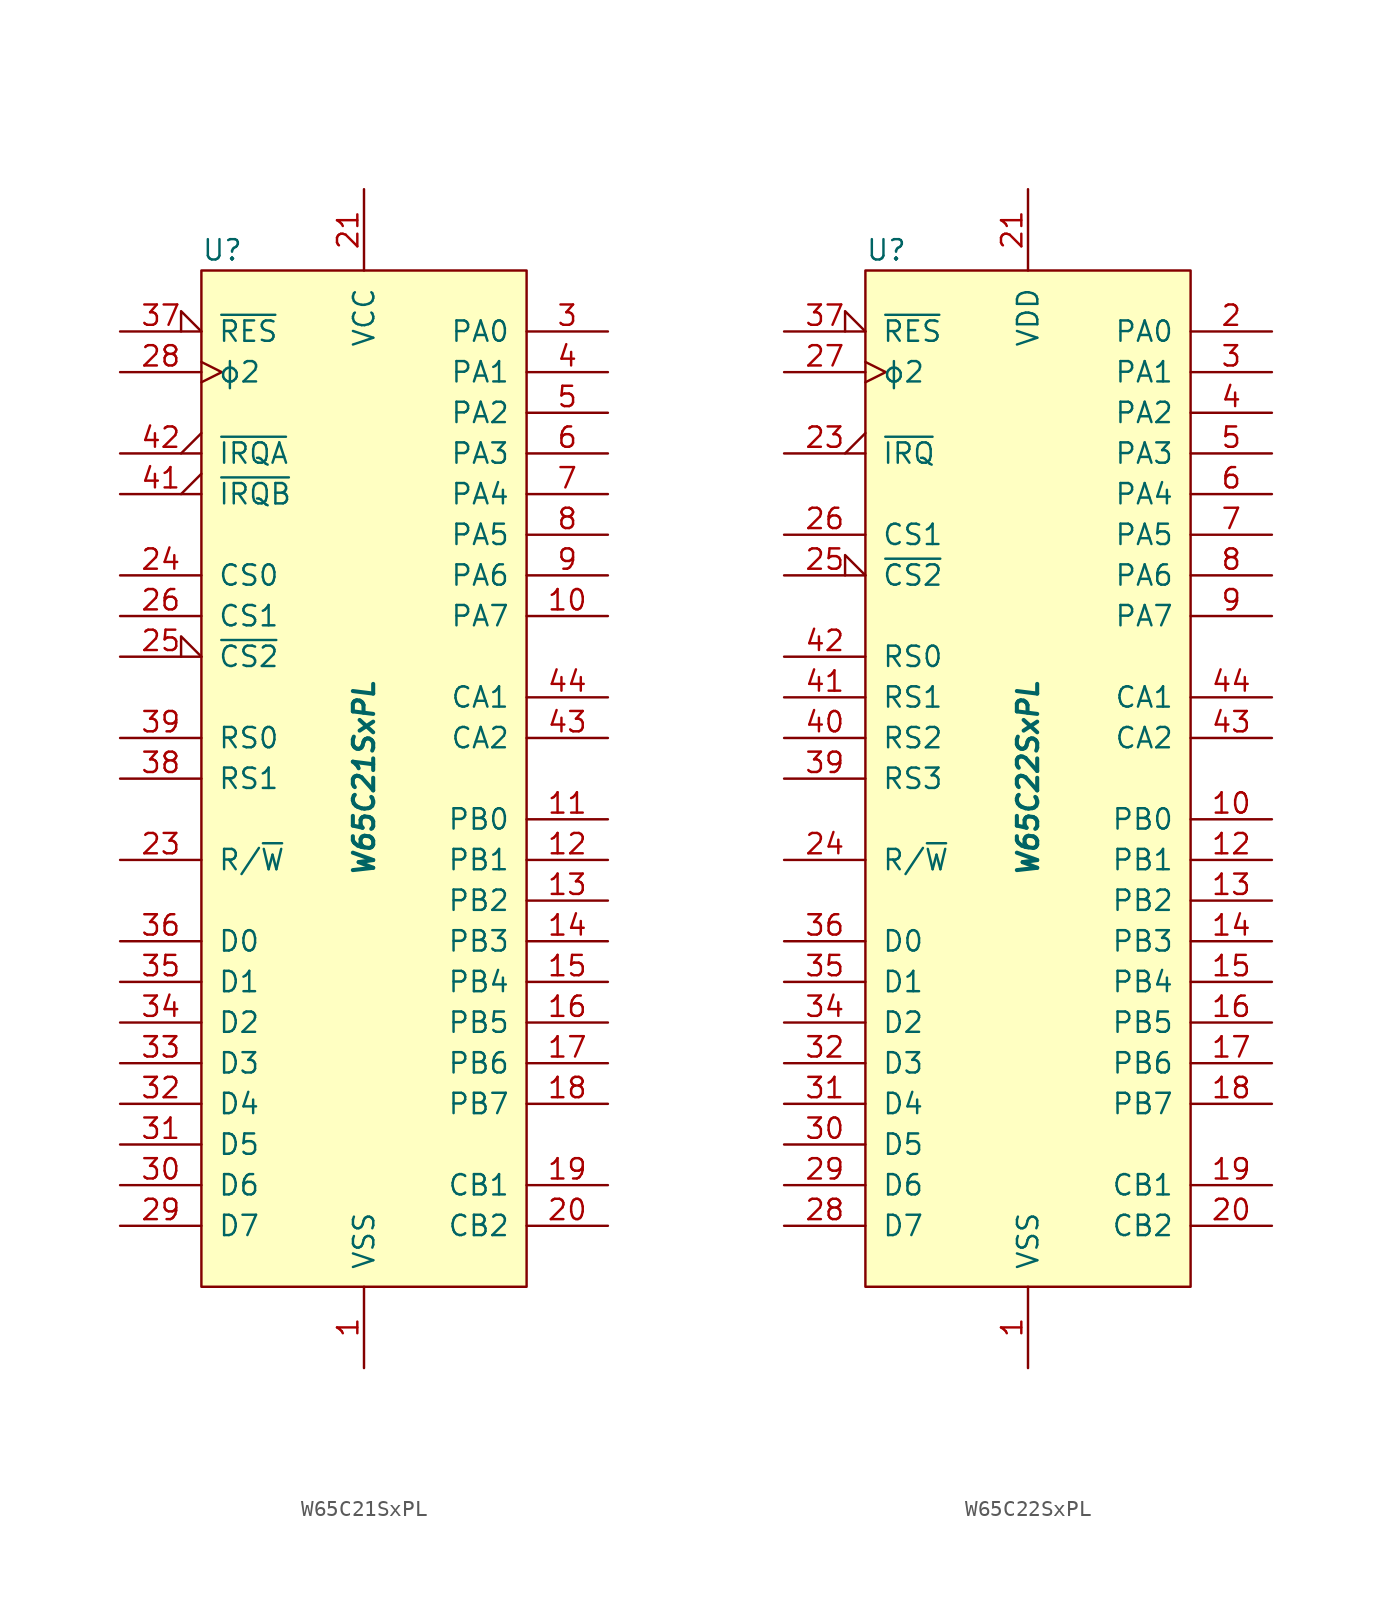
<source format=kicad_sym>
(kicad_symbol_lib
  (version 20241209)
  (generator "kicad_symbol_editor")
  (generator_version "9.0")
  (symbol "W65C21SxPL"
    (pin_names
      (offset 1.016))
    (property "Reference" "U"
      (at -10.16 33.02 0)
      (effects (font (size 1.27 1.27)) (justify left)))
    (property "Value" "W65C21SxPL"
      (at 0 0 90)
      (effects (font (size 1.27 1.27) (bold yes) (italic yes))))
    (symbol "W65C21SxPL_0_1"
      (rectangle (start -10.16 31.75) (end 10.16 -31.75) (stroke (width 0) (type solid)) (fill (type background))))
    (symbol "W65C21SxPL_1_1"
      (pin input input_low (at -15.24 27.94 0) (length 5.08) (name "~{RES}" (effects (font (size 1.27 1.27)))) (number "37" (effects (font (size 1.27 1.27)))))
      (pin input clock (at -15.24 25.4 0) (length 5.08) (name "ϕ2" (effects (font (size 1.27 1.27)))) (number "28" (effects (font (size 1.27 1.27)))))
      (pin open_collector output_low (at -15.24 20.32 0) (length 5.08) (name "~{IRQA}" (effects (font (size 1.27 1.27)))) (number "42" (effects (font (size 1.27 1.27)))))
      (pin open_collector output_low (at -15.24 17.78 0) (length 5.08) (name "~{IRQB}" (effects (font (size 1.27 1.27)))) (number "41" (effects (font (size 1.27 1.27)))))
      (pin input line (at -15.24 12.7 0) (length 5.08) (name "CS0" (effects (font (size 1.27 1.27)))) (number "24" (effects (font (size 1.27 1.27)))))
      (pin input line (at -15.24 10.16 0) (length 5.08) (name "CS1" (effects (font (size 1.27 1.27)))) (number "26" (effects (font (size 1.27 1.27)))))
      (pin input input_low (at -15.24 7.62 0) (length 5.08) (name "~{CS2}" (effects (font (size 1.27 1.27)))) (number "25" (effects (font (size 1.27 1.27)))))
      (pin input line (at -15.24 2.54 0) (length 5.08) (name "RS0" (effects (font (size 1.27 1.27)))) (number "39" (effects (font (size 1.27 1.27)))))
      (pin input line (at -15.24 0 0) (length 5.08) (name "RS1" (effects (font (size 1.27 1.27)))) (number "38" (effects (font (size 1.27 1.27)))))
      (pin input line (at -15.24 -5.08 0) (length 5.08) (name "R/~{W}" (effects (font (size 1.27 1.27)))) (number "23" (effects (font (size 1.27 1.27)))))
      (pin bidirectional line (at -15.24 -10.16 0) (length 5.08) (name "D0" (effects (font (size 1.27 1.27)))) (number "36" (effects (font (size 1.27 1.27)))))
      (pin bidirectional line (at -15.24 -12.7 0) (length 5.08) (name "D1" (effects (font (size 1.27 1.27)))) (number "35" (effects (font (size 1.27 1.27)))))
      (pin bidirectional line (at -15.24 -15.24 0) (length 5.08) (name "D2" (effects (font (size 1.27 1.27)))) (number "34" (effects (font (size 1.27 1.27)))))
      (pin bidirectional line (at -15.24 -17.78 0) (length 5.08) (name "D3" (effects (font (size 1.27 1.27)))) (number "33" (effects (font (size 1.27 1.27)))))
      (pin bidirectional line (at -15.24 -20.32 0) (length 5.08) (name "D4" (effects (font (size 1.27 1.27)))) (number "32" (effects (font (size 1.27 1.27)))))
      (pin bidirectional line (at -15.24 -22.86 0) (length 5.08) (name "D5" (effects (font (size 1.27 1.27)))) (number "31" (effects (font (size 1.27 1.27)))))
      (pin bidirectional line (at -15.24 -25.4 0) (length 5.08) (name "D6" (effects (font (size 1.27 1.27)))) (number "30" (effects (font (size 1.27 1.27)))))
      (pin bidirectional line (at -15.24 -27.94 0) (length 5.08) (name "D7" (effects (font (size 1.27 1.27)))) (number "29" (effects (font (size 1.27 1.27)))))
      (pin no_connect non_logic (at -10.16 22.86 0) (length 2.54) (hide yes) (name "nc" (effects (font (size 1.27 1.27)))) (number "2" (effects (font (size 1.27 1.27)))))
      (pin no_connect non_logic (at -10.16 15.24 0) (length 2.54) (hide yes) (name "nc" (effects (font (size 1.27 1.27)))) (number "22" (effects (font (size 1.27 1.27)))))
      (pin no_connect non_logic (at -10.16 5.08 0) (length 2.54) (hide yes) (name "nc" (effects (font (size 1.27 1.27)))) (number "27" (effects (font (size 1.27 1.27)))))
      (pin no_connect non_logic (at -10.16 -2.54 0) (length 2.54) (hide yes) (name "nc" (effects (font (size 1.27 1.27)))) (number "40" (effects (font (size 1.27 1.27)))))
      (pin power_in line (at 0 36.83 270) (length 5.08) (name "VCC" (effects (font (size 1.27 1.27)))) (number "21" (effects (font (size 1.27 1.27)))))
      (pin power_in line (at 0 -36.83 90) (length 5.08) (name "VSS" (effects (font (size 1.27 1.27)))) (number "1" (effects (font (size 1.27 1.27)))))
      (pin bidirectional line (at 15.24 27.94 180) (length 5.08) (name "PA0" (effects (font (size 1.27 1.27)))) (number "3" (effects (font (size 1.27 1.27)))))
      (pin bidirectional line (at 15.24 25.4 180) (length 5.08) (name "PA1" (effects (font (size 1.27 1.27)))) (number "4" (effects (font (size 1.27 1.27)))))
      (pin bidirectional line (at 15.24 22.86 180) (length 5.08) (name "PA2" (effects (font (size 1.27 1.27)))) (number "5" (effects (font (size 1.27 1.27)))))
      (pin bidirectional line (at 15.24 20.32 180) (length 5.08) (name "PA3" (effects (font (size 1.27 1.27)))) (number "6" (effects (font (size 1.27 1.27)))))
      (pin bidirectional line (at 15.24 17.78 180) (length 5.08) (name "PA4" (effects (font (size 1.27 1.27)))) (number "7" (effects (font (size 1.27 1.27)))))
      (pin bidirectional line (at 15.24 15.24 180) (length 5.08) (name "PA5" (effects (font (size 1.27 1.27)))) (number "8" (effects (font (size 1.27 1.27)))))
      (pin bidirectional line (at 15.24 12.7 180) (length 5.08) (name "PA6" (effects (font (size 1.27 1.27)))) (number "9" (effects (font (size 1.27 1.27)))))
      (pin bidirectional line (at 15.24 10.16 180) (length 5.08) (name "PA7" (effects (font (size 1.27 1.27)))) (number "10" (effects (font (size 1.27 1.27)))))
      (pin input line (at 15.24 5.08 180) (length 5.08) (name "CA1" (effects (font (size 1.27 1.27)))) (number "44" (effects (font (size 1.27 1.27)))))
      (pin bidirectional line (at 15.24 2.54 180) (length 5.08) (name "CA2" (effects (font (size 1.27 1.27)))) (number "43" (effects (font (size 1.27 1.27)))))
      (pin bidirectional line (at 15.24 -2.54 180) (length 5.08) (name "PB0" (effects (font (size 1.27 1.27)))) (number "11" (effects (font (size 1.27 1.27)))))
      (pin bidirectional line (at 15.24 -5.08 180) (length 5.08) (name "PB1" (effects (font (size 1.27 1.27)))) (number "12" (effects (font (size 1.27 1.27)))))
      (pin bidirectional line (at 15.24 -7.62 180) (length 5.08) (name "PB2" (effects (font (size 1.27 1.27)))) (number "13" (effects (font (size 1.27 1.27)))))
      (pin bidirectional line (at 15.24 -10.16 180) (length 5.08) (name "PB3" (effects (font (size 1.27 1.27)))) (number "14" (effects (font (size 1.27 1.27)))))
      (pin bidirectional line (at 15.24 -12.7 180) (length 5.08) (name "PB4" (effects (font (size 1.27 1.27)))) (number "15" (effects (font (size 1.27 1.27)))))
      (pin bidirectional line (at 15.24 -15.24 180) (length 5.08) (name "PB5" (effects (font (size 1.27 1.27)))) (number "16" (effects (font (size 1.27 1.27)))))
      (pin bidirectional line (at 15.24 -17.78 180) (length 5.08) (name "PB6" (effects (font (size 1.27 1.27)))) (number "17" (effects (font (size 1.27 1.27)))))
      (pin bidirectional line (at 15.24 -20.32 180) (length 5.08) (name "PB7" (effects (font (size 1.27 1.27)))) (number "18" (effects (font (size 1.27 1.27)))))
      (pin input line (at 15.24 -25.4 180) (length 5.08) (name "CB1" (effects (font (size 1.27 1.27)))) (number "19" (effects (font (size 1.27 1.27)))))
      (pin bidirectional line (at 15.24 -27.94 180) (length 5.08) (name "CB2" (effects (font (size 1.27 1.27)))) (number "20" (effects (font (size 1.27 1.27)))))))
  (symbol "W65C22SxPL"
    (pin_names
      (offset 1.016))
    (property "Reference" "U"
      (at -10.16 33.02 0)
      (effects (font (size 1.27 1.27)) (justify left)))
    (property "Value" "W65C22SxPL"
      (at 0 0 90)
      (effects (font (size 1.27 1.27) (bold yes) (italic yes))))
    (symbol "W65C22SxPL_0_1"
      (rectangle (start -10.16 31.75) (end 10.16 -31.75) (stroke (width 0) (type solid)) (fill (type background))))
    (symbol "W65C22SxPL_1_1"
      (pin input input_low (at -15.24 27.94 0) (length 5.08) (name "~{RES}" (effects (font (size 1.27 1.27)))) (number "37" (effects (font (size 1.27 1.27)))))
      (pin input clock (at -15.24 25.4 0) (length 5.08) (name "ϕ2" (effects (font (size 1.27 1.27)))) (number "27" (effects (font (size 1.27 1.27)))))
      (pin output output_low (at -15.24 20.32 0) (length 5.08) (name "~{IRQ}" (effects (font (size 1.27 1.27)))) (number "23" (effects (font (size 1.27 1.27)))))
      (pin input line (at -15.24 15.24 0) (length 5.08) (name "CS1" (effects (font (size 1.27 1.27)))) (number "26" (effects (font (size 1.27 1.27)))))
      (pin input input_low (at -15.24 12.7 0) (length 5.08) (name "~{CS2}" (effects (font (size 1.27 1.27)))) (number "25" (effects (font (size 1.27 1.27)))))
      (pin input line (at -15.24 7.62 0) (length 5.08) (name "RS0" (effects (font (size 1.27 1.27)))) (number "42" (effects (font (size 1.27 1.27)))))
      (pin input line (at -15.24 5.08 0) (length 5.08) (name "RS1" (effects (font (size 1.27 1.27)))) (number "41" (effects (font (size 1.27 1.27)))))
      (pin input line (at -15.24 2.54 0) (length 5.08) (name "RS2" (effects (font (size 1.27 1.27)))) (number "40" (effects (font (size 1.27 1.27)))))
      (pin input line (at -15.24 0 0) (length 5.08) (name "RS3" (effects (font (size 1.27 1.27)))) (number "39" (effects (font (size 1.27 1.27)))))
      (pin input line (at -15.24 -5.08 0) (length 5.08) (name "R/~{W}" (effects (font (size 1.27 1.27)))) (number "24" (effects (font (size 1.27 1.27)))))
      (pin bidirectional line (at -15.24 -10.16 0) (length 5.08) (name "D0" (effects (font (size 1.27 1.27)))) (number "36" (effects (font (size 1.27 1.27)))))
      (pin bidirectional line (at -15.24 -12.7 0) (length 5.08) (name "D1" (effects (font (size 1.27 1.27)))) (number "35" (effects (font (size 1.27 1.27)))))
      (pin bidirectional line (at -15.24 -15.24 0) (length 5.08) (name "D2" (effects (font (size 1.27 1.27)))) (number "34" (effects (font (size 1.27 1.27)))))
      (pin bidirectional line (at -15.24 -17.78 0) (length 5.08) (name "D3" (effects (font (size 1.27 1.27)))) (number "32" (effects (font (size 1.27 1.27)))))
      (pin bidirectional line (at -15.24 -20.32 0) (length 5.08) (name "D4" (effects (font (size 1.27 1.27)))) (number "31" (effects (font (size 1.27 1.27)))))
      (pin bidirectional line (at -15.24 -22.86 0) (length 5.08) (name "D5" (effects (font (size 1.27 1.27)))) (number "30" (effects (font (size 1.27 1.27)))))
      (pin bidirectional line (at -15.24 -25.4 0) (length 5.08) (name "D6" (effects (font (size 1.27 1.27)))) (number "29" (effects (font (size 1.27 1.27)))))
      (pin bidirectional line (at -15.24 -27.94 0) (length 5.08) (name "D7" (effects (font (size 1.27 1.27)))) (number "28" (effects (font (size 1.27 1.27)))))
      (pin no_connect non_logic (at -10.16 22.86 0) (length 2.54) (hide yes) (name "nc" (effects (font (size 1.27 1.27)))) (number "11" (effects (font (size 1.27 1.27)))))
      (pin no_connect non_logic (at -10.16 17.78 0) (length 2.54) (hide yes) (name "nc" (effects (font (size 1.27 1.27)))) (number "22" (effects (font (size 1.27 1.27)))))
      (pin no_connect non_logic (at -10.16 10.16 0) (length 2.54) (hide yes) (name "nc" (effects (font (size 1.27 1.27)))) (number "33" (effects (font (size 1.27 1.27)))))
      (pin no_connect non_logic (at -10.16 -2.54 0) (length 2.54) (hide yes) (name "nc" (effects (font (size 1.27 1.27)))) (number "38" (effects (font (size 1.27 1.27)))))
      (pin power_in line (at 0 36.83 270) (length 5.08) (name "VDD" (effects (font (size 1.27 1.27)))) (number "21" (effects (font (size 1.27 1.27)))))
      (pin power_in line (at 0 -36.83 90) (length 5.08) (name "VSS" (effects (font (size 1.27 1.27)))) (number "1" (effects (font (size 1.27 1.27)))))
      (pin bidirectional line (at 15.24 27.94 180) (length 5.08) (name "PA0" (effects (font (size 1.27 1.27)))) (number "2" (effects (font (size 1.27 1.27)))))
      (pin bidirectional line (at 15.24 25.4 180) (length 5.08) (name "PA1" (effects (font (size 1.27 1.27)))) (number "3" (effects (font (size 1.27 1.27)))))
      (pin bidirectional line (at 15.24 22.86 180) (length 5.08) (name "PA2" (effects (font (size 1.27 1.27)))) (number "4" (effects (font (size 1.27 1.27)))))
      (pin bidirectional line (at 15.24 20.32 180) (length 5.08) (name "PA3" (effects (font (size 1.27 1.27)))) (number "5" (effects (font (size 1.27 1.27)))))
      (pin bidirectional line (at 15.24 17.78 180) (length 5.08) (name "PA4" (effects (font (size 1.27 1.27)))) (number "6" (effects (font (size 1.27 1.27)))))
      (pin bidirectional line (at 15.24 15.24 180) (length 5.08) (name "PA5" (effects (font (size 1.27 1.27)))) (number "7" (effects (font (size 1.27 1.27)))))
      (pin bidirectional line (at 15.24 12.7 180) (length 5.08) (name "PA6" (effects (font (size 1.27 1.27)))) (number "8" (effects (font (size 1.27 1.27)))))
      (pin bidirectional line (at 15.24 10.16 180) (length 5.08) (name "PA7" (effects (font (size 1.27 1.27)))) (number "9" (effects (font (size 1.27 1.27)))))
      (pin input line (at 15.24 5.08 180) (length 5.08) (name "CA1" (effects (font (size 1.27 1.27)))) (number "44" (effects (font (size 1.27 1.27)))))
      (pin bidirectional line (at 15.24 2.54 180) (length 5.08) (name "CA2" (effects (font (size 1.27 1.27)))) (number "43" (effects (font (size 1.27 1.27)))))
      (pin bidirectional line (at 15.24 -2.54 180) (length 5.08) (name "PB0" (effects (font (size 1.27 1.27)))) (number "10" (effects (font (size 1.27 1.27)))))
      (pin bidirectional line (at 15.24 -5.08 180) (length 5.08) (name "PB1" (effects (font (size 1.27 1.27)))) (number "12" (effects (font (size 1.27 1.27)))))
      (pin bidirectional line (at 15.24 -7.62 180) (length 5.08) (name "PB2" (effects (font (size 1.27 1.27)))) (number "13" (effects (font (size 1.27 1.27)))))
      (pin bidirectional line (at 15.24 -10.16 180) (length 5.08) (name "PB3" (effects (font (size 1.27 1.27)))) (number "14" (effects (font (size 1.27 1.27)))))
      (pin bidirectional line (at 15.24 -12.7 180) (length 5.08) (name "PB4" (effects (font (size 1.27 1.27)))) (number "15" (effects (font (size 1.27 1.27)))))
      (pin bidirectional line (at 15.24 -15.24 180) (length 5.08) (name "PB5" (effects (font (size 1.27 1.27)))) (number "16" (effects (font (size 1.27 1.27)))))
      (pin bidirectional line (at 15.24 -17.78 180) (length 5.08) (name "PB6" (effects (font (size 1.27 1.27)))) (number "17" (effects (font (size 1.27 1.27)))))
      (pin bidirectional line (at 15.24 -20.32 180) (length 5.08) (name "PB7" (effects (font (size 1.27 1.27)))) (number "18" (effects (font (size 1.27 1.27)))))
      (pin input line (at 15.24 -25.4 180) (length 5.08) (name "CB1" (effects (font (size 1.27 1.27)))) (number "19" (effects (font (size 1.27 1.27)))))
      (pin bidirectional line (at 15.24 -27.94 180) (length 5.08) (name "CB2" (effects (font (size 1.27 1.27)))) (number "20" (effects (font (size 1.27 1.27))))))))
</source>
